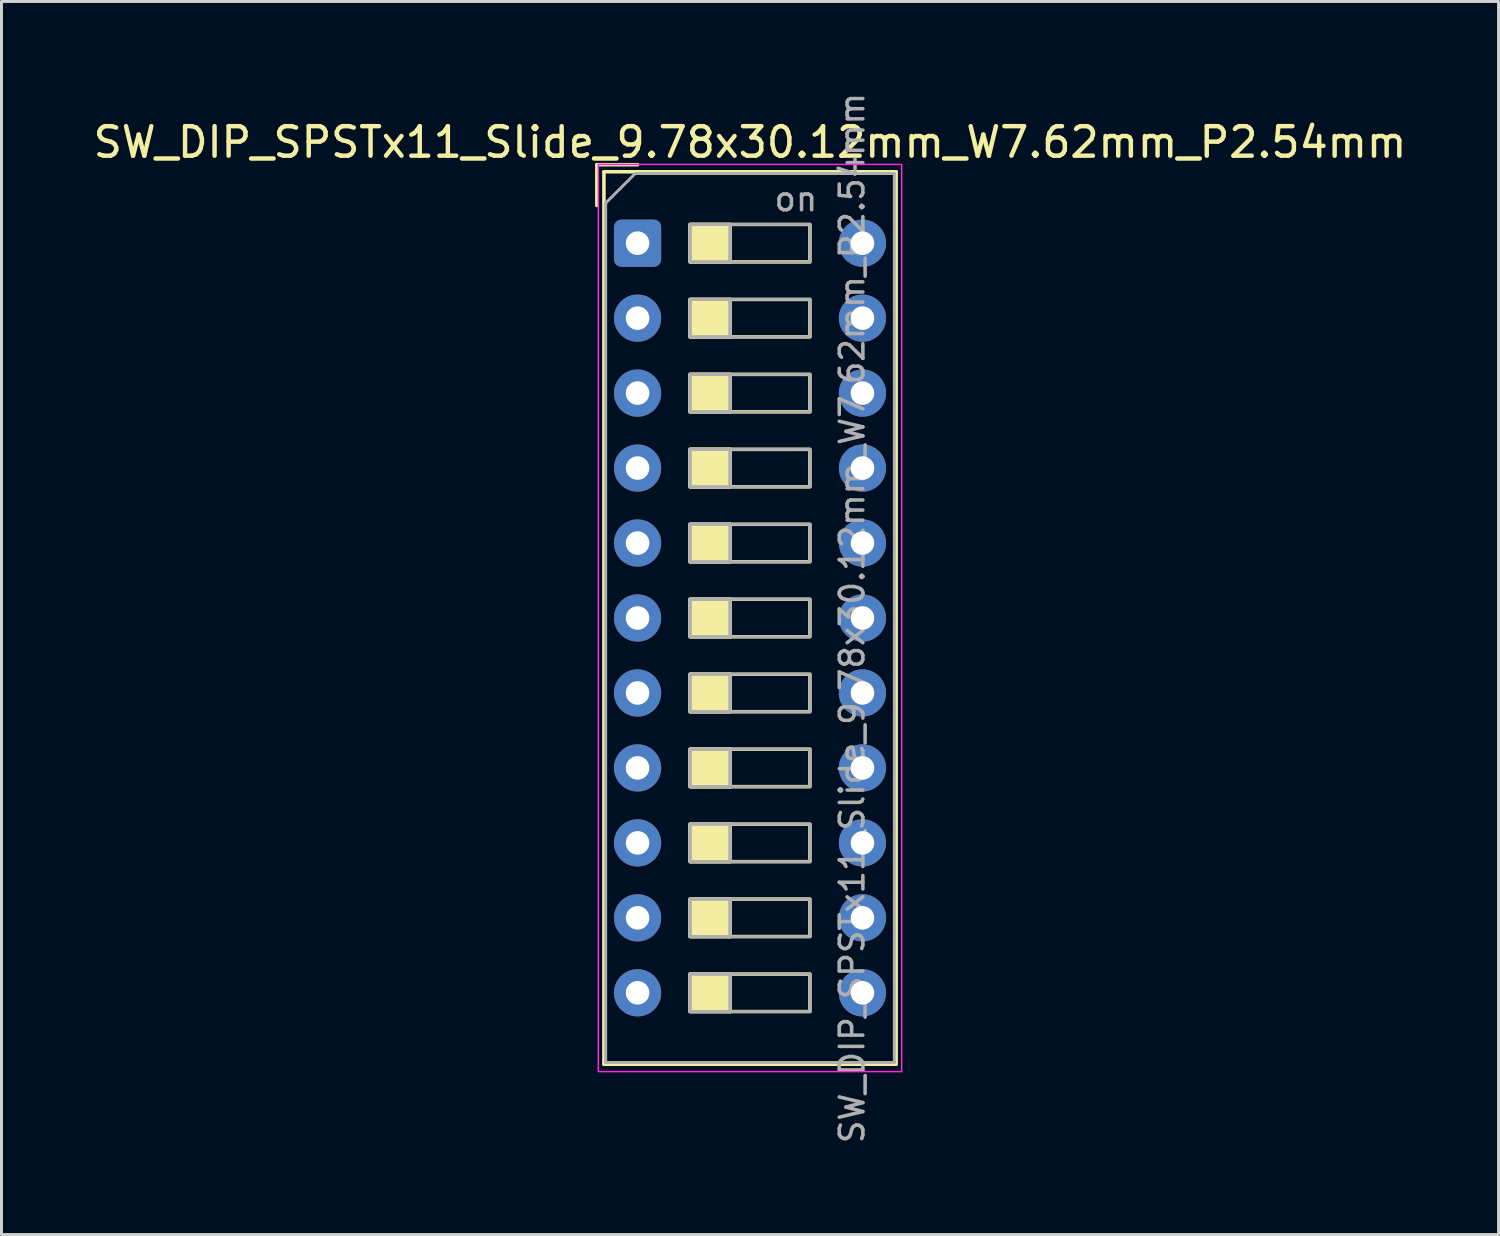
<source format=kicad_pcb>
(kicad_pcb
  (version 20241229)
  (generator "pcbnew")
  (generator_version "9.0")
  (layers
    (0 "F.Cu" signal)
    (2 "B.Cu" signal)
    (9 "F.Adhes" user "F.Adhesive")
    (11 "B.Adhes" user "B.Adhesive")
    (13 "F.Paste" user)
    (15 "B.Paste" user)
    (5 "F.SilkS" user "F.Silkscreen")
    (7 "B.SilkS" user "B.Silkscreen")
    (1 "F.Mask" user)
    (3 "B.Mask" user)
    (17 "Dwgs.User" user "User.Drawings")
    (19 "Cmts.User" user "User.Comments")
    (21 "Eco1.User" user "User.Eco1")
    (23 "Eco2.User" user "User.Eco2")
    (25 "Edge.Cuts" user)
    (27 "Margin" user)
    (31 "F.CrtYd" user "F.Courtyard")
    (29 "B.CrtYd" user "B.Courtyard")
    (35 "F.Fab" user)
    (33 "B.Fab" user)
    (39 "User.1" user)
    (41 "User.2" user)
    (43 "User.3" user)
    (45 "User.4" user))
  (footprint "SW_DIP_SPSTx11_Slide_9.78x30.12mm_W7.62mm_P2.54mm"
    (layer "F.Cu")
    (at 18.553 5.19)
    (property "Reference" "SW_DIP_SPSTx11_Slide_9.78x30.12mm_W7.62mm_P2.54mm" (at 3.81 -3.42 0) (layer "F.SilkS") (effects (font (size 1 1) (thickness 0.15))))
    (attr through_hole)
    (fp_line (start -1.38 -2.66) (end -1.38 -1.277) (stroke (width 0.12) (type solid)) (layer "F.SilkS"))
    (fp_line (start -1.38 -2.66) (end 0.003 -2.66) (stroke (width 0.12) (type solid)) (layer "F.SilkS"))
    (fp_line (start -1.14 -2.42) (end -1.14 27.82) (stroke (width 0.12) (type solid)) (layer "F.SilkS"))
    (fp_line (start -1.14 -2.42) (end 8.76 -2.42) (stroke (width 0.12) (type solid)) (layer "F.SilkS"))
    (fp_line (start -1.14 27.82) (end 8.76 27.82) (stroke (width 0.12) (type solid)) (layer "F.SilkS"))
    (fp_line (start 3.133 -0.635) (end 3.133 0.635) (stroke (width 0.12) (type solid)) (layer "F.SilkS"))
    (fp_line (start 3.133 1.905) (end 3.133 3.175) (stroke (width 0.12) (type solid)) (layer "F.SilkS"))
    (fp_line (start 3.133 4.445) (end 3.133 5.715) (stroke (width 0.12) (type solid)) (layer "F.SilkS"))
    (fp_line (start 3.133 6.985) (end 3.133 8.255) (stroke (width 0.12) (type solid)) (layer "F.SilkS"))
    (fp_line (start 3.133 9.525) (end 3.133 10.795) (stroke (width 0.12) (type solid)) (layer "F.SilkS"))
    (fp_line (start 3.133 12.065) (end 3.133 13.335) (stroke (width 0.12) (type solid)) (layer "F.SilkS"))
    (fp_line (start 3.133 14.605) (end 3.133 15.875) (stroke (width 0.12) (type solid)) (layer "F.SilkS"))
    (fp_line (start 3.133 17.145) (end 3.133 18.415) (stroke (width 0.12) (type solid)) (layer "F.SilkS"))
    (fp_line (start 3.133 19.685) (end 3.133 20.955) (stroke (width 0.12) (type solid)) (layer "F.SilkS"))
    (fp_line (start 3.133 22.225) (end 3.133 23.495) (stroke (width 0.12) (type solid)) (layer "F.SilkS"))
    (fp_line (start 3.133 24.765) (end 3.133 26.035) (stroke (width 0.12) (type solid)) (layer "F.SilkS"))
    (fp_line (start 8.76 -2.42) (end 8.76 27.82) (stroke (width 0.12) (type solid)) (layer "F.SilkS"))
    (fp_rect (start 1.78 -0.635) (end 3.133 0.635) (stroke (width 0.12) (type solid)) (fill yes) (layer "F.SilkS"))
    (fp_rect (start 1.78 -0.635) (end 5.84 0.635) (stroke (width 0.12) (type solid)) (fill no) (layer "F.SilkS"))
    (fp_rect (start 1.78 1.905) (end 3.133 3.175) (stroke (width 0.12) (type solid)) (fill yes) (layer "F.SilkS"))
    (fp_rect (start 1.78 1.905) (end 5.84 3.175) (stroke (width 0.12) (type solid)) (fill no) (layer "F.SilkS"))
    (fp_rect (start 1.78 4.445) (end 3.133 5.715) (stroke (width 0.12) (type solid)) (fill yes) (layer "F.SilkS"))
    (fp_rect (start 1.78 4.445) (end 5.84 5.715) (stroke (width 0.12) (type solid)) (fill no) (layer "F.SilkS"))
    (fp_rect (start 1.78 6.985) (end 3.133 8.255) (stroke (width 0.12) (type solid)) (fill yes) (layer "F.SilkS"))
    (fp_rect (start 1.78 6.985) (end 5.84 8.255) (stroke (width 0.12) (type solid)) (fill no) (layer "F.SilkS"))
    (fp_rect (start 1.78 9.525) (end 3.133 10.795) (stroke (width 0.12) (type solid)) (fill yes) (layer "F.SilkS"))
    (fp_rect (start 1.78 9.525) (end 5.84 10.795) (stroke (width 0.12) (type solid)) (fill no) (layer "F.SilkS"))
    (fp_rect (start 1.78 12.065) (end 3.133 13.335) (stroke (width 0.12) (type solid)) (fill yes) (layer "F.SilkS"))
    (fp_rect (start 1.78 12.065) (end 5.84 13.335) (stroke (width 0.12) (type solid)) (fill no) (layer "F.SilkS"))
    (fp_rect (start 1.78 14.605) (end 3.133 15.875) (stroke (width 0.12) (type solid)) (fill yes) (layer "F.SilkS"))
    (fp_rect (start 1.78 14.605) (end 5.84 15.875) (stroke (width 0.12) (type solid)) (fill no) (layer "F.SilkS"))
    (fp_rect (start 1.78 17.145) (end 3.133 18.415) (stroke (width 0.12) (type solid)) (fill yes) (layer "F.SilkS"))
    (fp_rect (start 1.78 17.145) (end 5.84 18.415) (stroke (width 0.12) (type solid)) (fill no) (layer "F.SilkS"))
    (fp_rect (start 1.78 19.685) (end 3.133 20.955) (stroke (width 0.12) (type solid)) (fill yes) (layer "F.SilkS"))
    (fp_rect (start 1.78 19.685) (end 5.84 20.955) (stroke (width 0.12) (type solid)) (fill no) (layer "F.SilkS"))
    (fp_rect (start 1.78 22.225) (end 3.133 23.495) (stroke (width 0.12) (type solid)) (fill yes) (layer "F.SilkS"))
    (fp_rect (start 1.78 22.225) (end 5.84 23.495) (stroke (width 0.12) (type solid)) (fill no) (layer "F.SilkS"))
    (fp_rect (start 1.78 24.765) (end 3.133 26.035) (stroke (width 0.12) (type solid)) (fill yes) (layer "F.SilkS"))
    (fp_rect (start 1.78 24.765) (end 5.84 26.035) (stroke (width 0.12) (type solid)) (fill no) (layer "F.SilkS"))
    (fp_rect (start -1.33 -2.67) (end 8.95 28.07) (stroke (width 0.05) (type solid)) (fill no) (layer "F.CrtYd"))
    (fp_line (start -1.08 -1.36) (end -0.08 -2.36) (stroke (width 0.1) (type solid)) (layer "F.Fab"))
    (fp_line (start -1.08 27.76) (end -1.08 -1.36) (stroke (width 0.1) (type solid)) (layer "F.Fab"))
    (fp_line (start -0.08 -2.36) (end 8.7 -2.36) (stroke (width 0.1) (type solid)) (layer "F.Fab"))
    (fp_line (start 3.133 -0.635) (end 3.133 0.635) (stroke (width 0.1) (type solid)) (layer "F.Fab"))
    (fp_line (start 3.133 1.905) (end 3.133 3.175) (stroke (width 0.1) (type solid)) (layer "F.Fab"))
    (fp_line (start 3.133 4.445) (end 3.133 5.715) (stroke (width 0.1) (type solid)) (layer "F.Fab"))
    (fp_line (start 3.133 6.985) (end 3.133 8.255) (stroke (width 0.1) (type solid)) (layer "F.Fab"))
    (fp_line (start 3.133 9.525) (end 3.133 10.795) (stroke (width 0.1) (type solid)) (layer "F.Fab"))
    (fp_line (start 3.133 12.065) (end 3.133 13.335) (stroke (width 0.1) (type solid)) (layer "F.Fab"))
    (fp_line (start 3.133 14.605) (end 3.133 15.875) (stroke (width 0.1) (type solid)) (layer "F.Fab"))
    (fp_line (start 3.133 17.145) (end 3.133 18.415) (stroke (width 0.1) (type solid)) (layer "F.Fab"))
    (fp_line (start 3.133 19.685) (end 3.133 20.955) (stroke (width 0.1) (type solid)) (layer "F.Fab"))
    (fp_line (start 3.133 22.225) (end 3.133 23.495) (stroke (width 0.1) (type solid)) (layer "F.Fab"))
    (fp_line (start 3.133 24.765) (end 3.133 26.035) (stroke (width 0.1) (type solid)) (layer "F.Fab"))
    (fp_line (start 8.7 -2.36) (end 8.7 27.76) (stroke (width 0.1) (type solid)) (layer "F.Fab"))
    (fp_line (start 8.7 27.76) (end -1.08 27.76) (stroke (width 0.1) (type solid)) (layer "F.Fab"))
    (fp_rect (start 1.78 -0.635) (end 3.133 0.635) (stroke (width 0.1) (type solid)) (fill no) (layer "F.Fab"))
    (fp_rect (start 1.78 -0.635) (end 5.84 0.635) (stroke (width 0.1) (type solid)) (fill no) (layer "F.Fab"))
    (fp_rect (start 1.78 1.905) (end 3.133 3.175) (stroke (width 0.1) (type solid)) (fill no) (layer "F.Fab"))
    (fp_rect (start 1.78 1.905) (end 5.84 3.175) (stroke (width 0.1) (type solid)) (fill no) (layer "F.Fab"))
    (fp_rect (start 1.78 4.445) (end 3.133 5.715) (stroke (width 0.1) (type solid)) (fill no) (layer "F.Fab"))
    (fp_rect (start 1.78 4.445) (end 5.84 5.715) (stroke (width 0.1) (type solid)) (fill no) (layer "F.Fab"))
    (fp_rect (start 1.78 6.985) (end 3.133 8.255) (stroke (width 0.1) (type solid)) (fill no) (layer "F.Fab"))
    (fp_rect (start 1.78 6.985) (end 5.84 8.255) (stroke (width 0.1) (type solid)) (fill no) (layer "F.Fab"))
    (fp_rect (start 1.78 9.525) (end 3.133 10.795) (stroke (width 0.1) (type solid)) (fill no) (layer "F.Fab"))
    (fp_rect (start 1.78 9.525) (end 5.84 10.795) (stroke (width 0.1) (type solid)) (fill no) (layer "F.Fab"))
    (fp_rect (start 1.78 12.065) (end 3.133 13.335) (stroke (width 0.1) (type solid)) (fill no) (layer "F.Fab"))
    (fp_rect (start 1.78 12.065) (end 5.84 13.335) (stroke (width 0.1) (type solid)) (fill no) (layer "F.Fab"))
    (fp_rect (start 1.78 14.605) (end 3.133 15.875) (stroke (width 0.1) (type solid)) (fill no) (layer "F.Fab"))
    (fp_rect (start 1.78 14.605) (end 5.84 15.875) (stroke (width 0.1) (type solid)) (fill no) (layer "F.Fab"))
    (fp_rect (start 1.78 17.145) (end 3.133 18.415) (stroke (width 0.1) (type solid)) (fill no) (layer "F.Fab"))
    (fp_rect (start 1.78 17.145) (end 5.84 18.415) (stroke (width 0.1) (type solid)) (fill no) (layer "F.Fab"))
    (fp_rect (start 1.78 19.685) (end 3.133 20.955) (stroke (width 0.1) (type solid)) (fill no) (layer "F.Fab"))
    (fp_rect (start 1.78 19.685) (end 5.84 20.955) (stroke (width 0.1) (type solid)) (fill no) (layer "F.Fab"))
    (fp_rect (start 1.78 22.225) (end 3.133 23.495) (stroke (width 0.1) (type solid)) (fill no) (layer "F.Fab"))
    (fp_rect (start 1.78 22.225) (end 5.84 23.495) (stroke (width 0.1) (type solid)) (fill no) (layer "F.Fab"))
    (fp_rect (start 1.78 24.765) (end 3.133 26.035) (stroke (width 0.1) (type solid)) (fill no) (layer "F.Fab"))
    (fp_rect (start 1.78 24.765) (end 5.84 26.035) (stroke (width 0.1) (type solid)) (fill no) (layer "F.Fab"))
    (fp_text user "${REFERENCE}" (at 7.27 12.7 90) (layer "F.Fab") (effects (font (size 0.8 0.8) (thickness 0.12))))
    (fp_text user "on" (at 5.365 -1.498 0) (layer "F.Fab") (effects (font (size 0.8 0.8) (thickness 0.12))))
    (pad "1" thru_hole roundrect (at 0 0) (size 1.6 1.6) (drill 0.8) (layers "*.Cu" "*.Mask") (roundrect_rratio 0.156))
    (pad "2" thru_hole circle (at 0 2.54) (size 1.6 1.6) (drill 0.8) (layers "*.Cu" "*.Mask"))
    (pad "3" thru_hole circle (at 0 5.08) (size 1.6 1.6) (drill 0.8) (layers "*.Cu" "*.Mask"))
    (pad "4" thru_hole circle (at 0 7.62) (size 1.6 1.6) (drill 0.8) (layers "*.Cu" "*.Mask"))
    (pad "5" thru_hole circle (at 0 10.16) (size 1.6 1.6) (drill 0.8) (layers "*.Cu" "*.Mask"))
    (pad "6" thru_hole circle (at 0 12.7) (size 1.6 1.6) (drill 0.8) (layers "*.Cu" "*.Mask"))
    (pad "7" thru_hole circle (at 0 15.24) (size 1.6 1.6) (drill 0.8) (layers "*.Cu" "*.Mask"))
    (pad "8" thru_hole circle (at 0 17.78) (size 1.6 1.6) (drill 0.8) (layers "*.Cu" "*.Mask"))
    (pad "9" thru_hole circle (at 0 20.32) (size 1.6 1.6) (drill 0.8) (layers "*.Cu" "*.Mask"))
    (pad "10" thru_hole circle (at 0 22.86) (size 1.6 1.6) (drill 0.8) (layers "*.Cu" "*.Mask"))
    (pad "11" thru_hole circle (at 0 25.4) (size 1.6 1.6) (drill 0.8) (layers "*.Cu" "*.Mask"))
    (pad "12" thru_hole circle (at 7.62 25.4) (size 1.6 1.6) (drill 0.8) (layers "*.Cu" "*.Mask"))
    (pad "13" thru_hole circle (at 7.62 22.86) (size 1.6 1.6) (drill 0.8) (layers "*.Cu" "*.Mask"))
    (pad "14" thru_hole circle (at 7.62 20.32) (size 1.6 1.6) (drill 0.8) (layers "*.Cu" "*.Mask"))
    (pad "15" thru_hole circle (at 7.62 17.78) (size 1.6 1.6) (drill 0.8) (layers "*.Cu" "*.Mask"))
    (pad "16" thru_hole circle (at 7.62 15.24) (size 1.6 1.6) (drill 0.8) (layers "*.Cu" "*.Mask"))
    (pad "17" thru_hole circle (at 7.62 12.7) (size 1.6 1.6) (drill 0.8) (layers "*.Cu" "*.Mask"))
    (pad "18" thru_hole circle (at 7.62 10.16) (size 1.6 1.6) (drill 0.8) (layers "*.Cu" "*.Mask"))
    (pad "19" thru_hole circle (at 7.62 7.62) (size 1.6 1.6) (drill 0.8) (layers "*.Cu" "*.Mask"))
    (pad "20" thru_hole circle (at 7.62 5.08) (size 1.6 1.6) (drill 0.8) (layers "*.Cu" "*.Mask"))
    (pad "21" thru_hole circle (at 7.62 2.54) (size 1.6 1.6) (drill 0.8) (layers "*.Cu" "*.Mask"))
    (pad "22" thru_hole circle (at 7.62 0) (size 1.6 1.6) (drill 0.8) (layers "*.Cu" "*.Mask")))
  (gr_rect
    (start -3 -3)
    (end 47.726 38.781)
    (stroke (width 0.1) (type default))
    (fill no)
    (layer "Edge.Cuts")))
</source>
